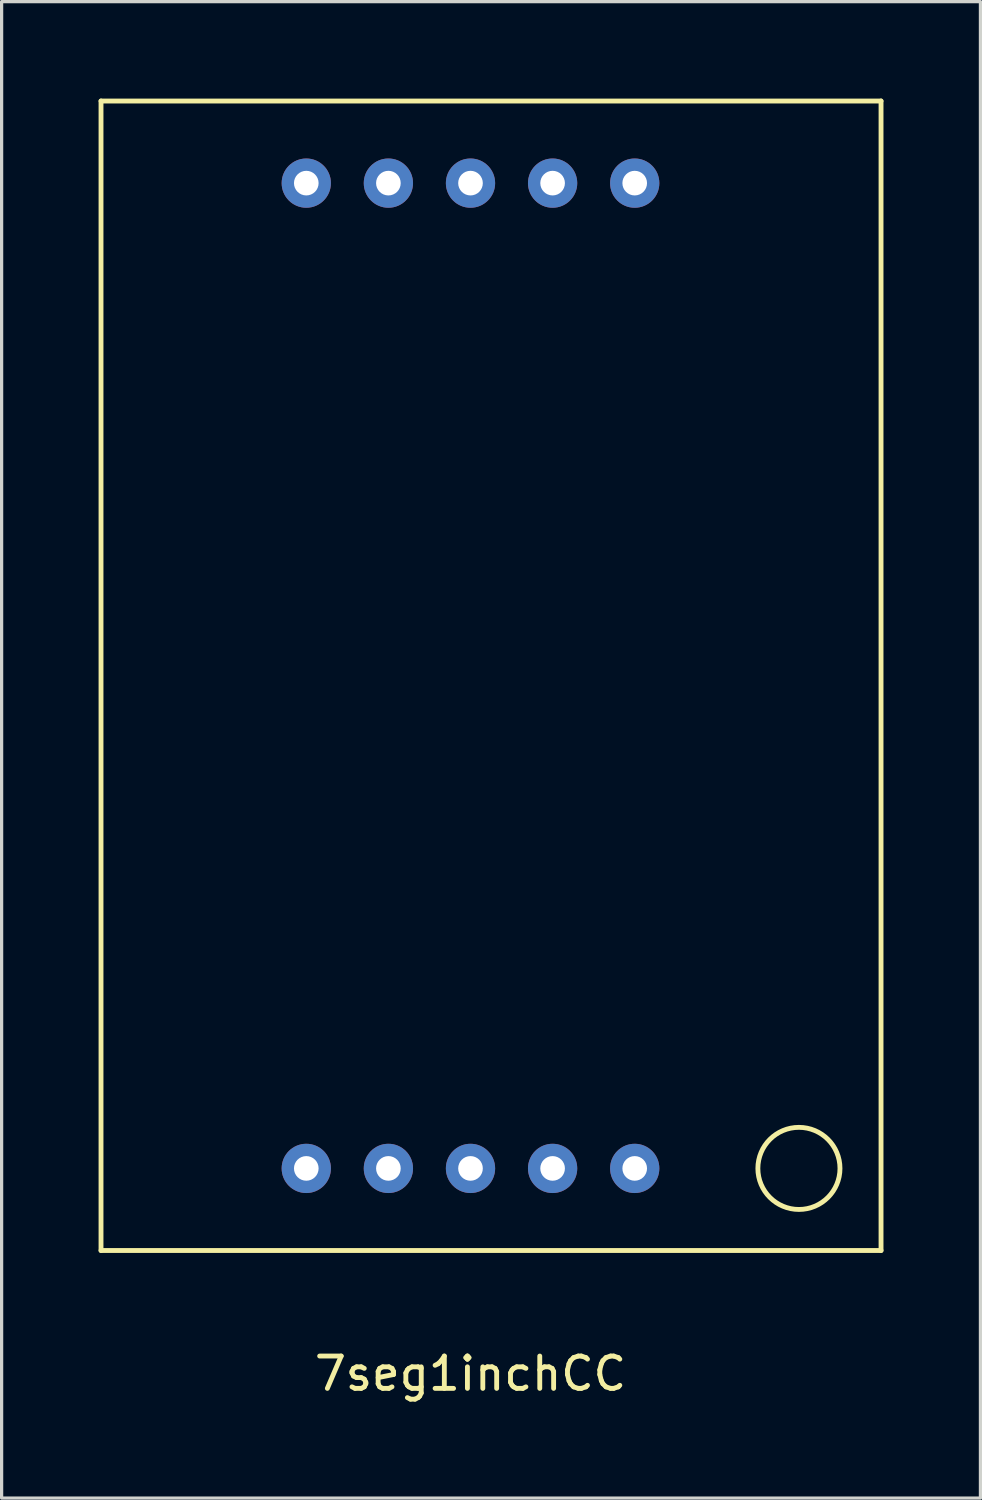
<source format=kicad_pcb>
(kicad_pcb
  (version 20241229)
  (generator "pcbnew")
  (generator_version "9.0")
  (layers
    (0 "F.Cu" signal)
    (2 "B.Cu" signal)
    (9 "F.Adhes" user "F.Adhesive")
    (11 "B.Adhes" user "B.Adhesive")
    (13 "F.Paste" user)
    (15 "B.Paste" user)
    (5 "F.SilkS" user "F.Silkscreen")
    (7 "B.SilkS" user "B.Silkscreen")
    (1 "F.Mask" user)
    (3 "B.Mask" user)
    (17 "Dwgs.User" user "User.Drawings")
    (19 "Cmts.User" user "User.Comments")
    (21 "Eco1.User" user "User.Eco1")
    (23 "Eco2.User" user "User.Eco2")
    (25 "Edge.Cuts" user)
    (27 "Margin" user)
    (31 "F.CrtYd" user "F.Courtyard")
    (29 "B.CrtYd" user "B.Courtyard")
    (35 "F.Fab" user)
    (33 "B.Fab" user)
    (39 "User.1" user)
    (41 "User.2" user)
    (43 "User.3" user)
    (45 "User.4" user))
  (footprint "7seg1inchCC"
    (layer "F.Cu")
    (at 10.235 17.855)
    (property "Reference" "7seg1inchCC" (at 1.27 21.59 0) (layer "F.SilkS") (effects (font (size 1 1) (thickness 0.15))))
    (attr through_hole)
    (fp_line (start -10.16 -17.78) (end 13.97 -17.78) (stroke (width 0.15) (type solid)) (layer "F.SilkS"))
    (fp_line (start -10.16 17.78) (end -10.16 -17.78) (stroke (width 0.15) (type solid)) (layer "F.SilkS"))
    (fp_line (start 13.97 -17.78) (end 13.97 17.78) (stroke (width 0.15) (type solid)) (layer "F.SilkS"))
    (fp_line (start 13.97 17.78) (end -10.16 17.78) (stroke (width 0.15) (type solid)) (layer "F.SilkS"))
    (fp_circle (center 11.43 15.24) (end 11.43 13.97) (stroke (width 0.15) (type solid)) (fill no) (layer "F.SilkS"))
    (pad "1" thru_hole circle (at 6.35 -15.24) (size 1.524 1.524) (drill 0.762) (layers "*.Cu" "*.Mask"))
    (pad "2" thru_hole circle (at 3.81 -15.24) (size 1.524 1.524) (drill 0.762) (layers "*.Cu" "*.Mask"))
    (pad "3" thru_hole circle (at 1.27 -15.24) (size 1.524 1.524) (drill 0.762) (layers "*.Cu" "*.Mask"))
    (pad "4" thru_hole circle (at -1.27 -15.24) (size 1.524 1.524) (drill 0.762) (layers "*.Cu" "*.Mask"))
    (pad "5" thru_hole circle (at -3.81 -15.24) (size 1.524 1.524) (drill 0.762) (layers "*.Cu" "*.Mask"))
    (pad "6" thru_hole circle (at -3.81 15.24) (size 1.524 1.524) (drill 0.762) (layers "*.Cu" "*.Mask"))
    (pad "7" thru_hole circle (at -1.27 15.24) (size 1.524 1.524) (drill 0.762) (layers "*.Cu" "*.Mask"))
    (pad "8" thru_hole circle (at 1.27 15.24) (size 1.524 1.524) (drill 0.762) (layers "*.Cu" "*.Mask"))
    (pad "9" thru_hole circle (at 3.81 15.24) (size 1.524 1.524) (drill 0.762) (layers "*.Cu" "*.Mask"))
    (pad "10" thru_hole circle (at 6.35 15.24) (size 1.524 1.524) (drill 0.762) (layers "*.Cu" "*.Mask")))
  (gr_rect
    (start -3 -3)
    (end 27.28 43.293)
    (stroke (width 0.1) (type default))
    (fill no)
    (layer "Edge.Cuts")))
</source>
